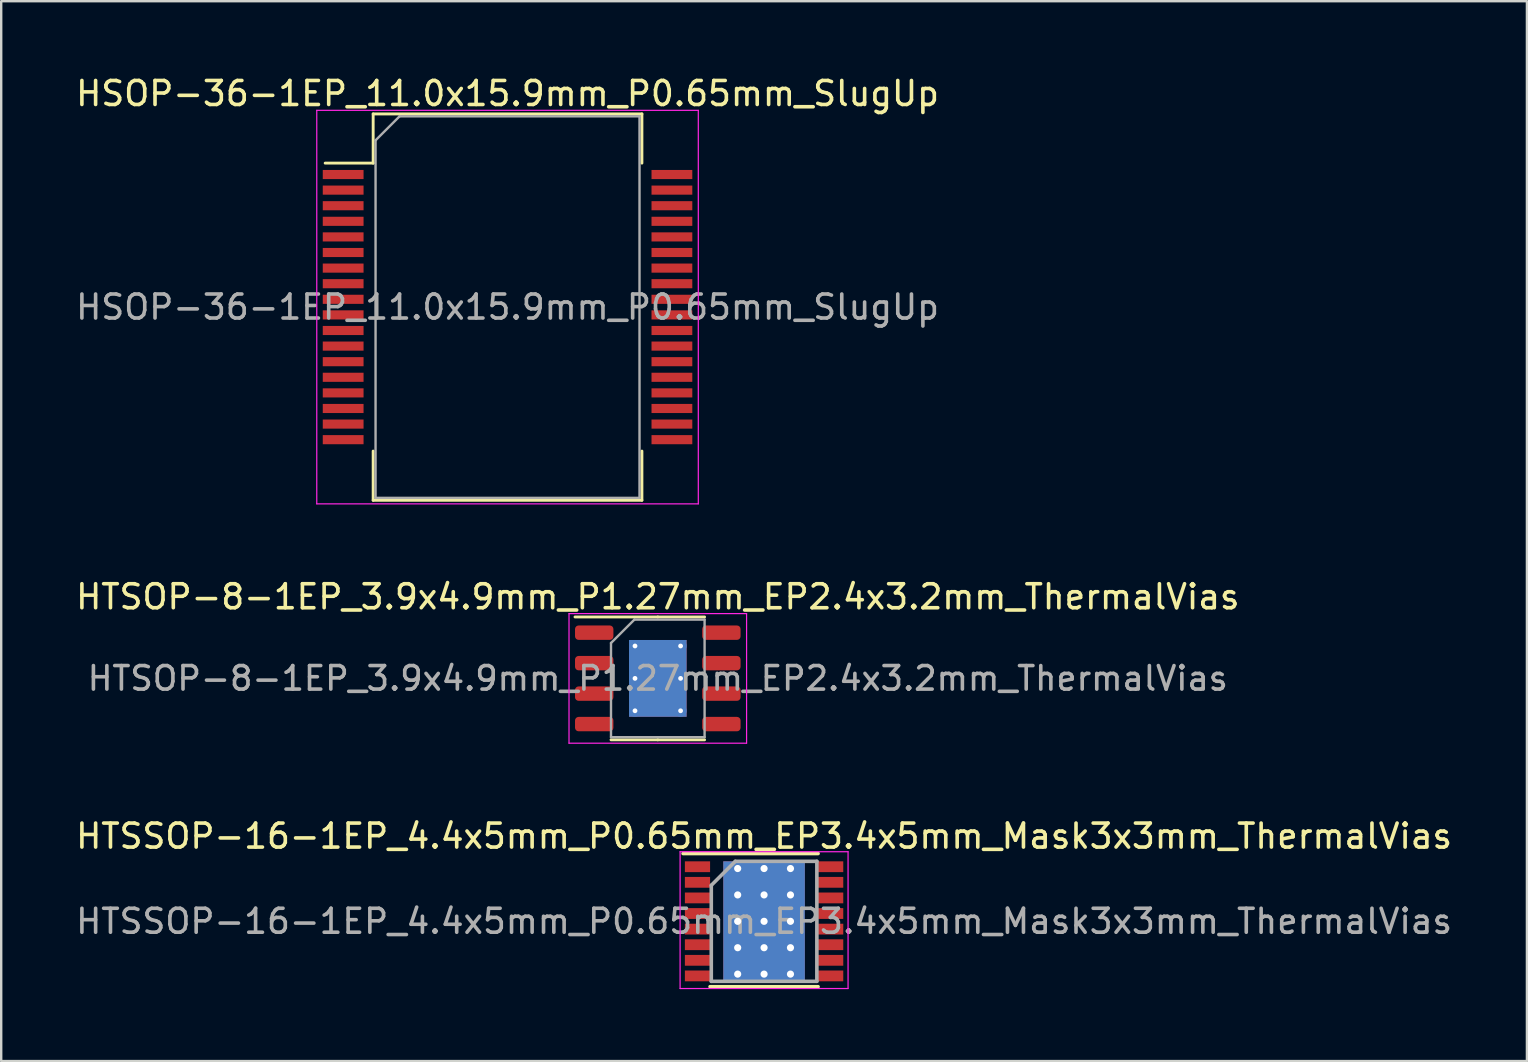
<source format=kicad_pcb>
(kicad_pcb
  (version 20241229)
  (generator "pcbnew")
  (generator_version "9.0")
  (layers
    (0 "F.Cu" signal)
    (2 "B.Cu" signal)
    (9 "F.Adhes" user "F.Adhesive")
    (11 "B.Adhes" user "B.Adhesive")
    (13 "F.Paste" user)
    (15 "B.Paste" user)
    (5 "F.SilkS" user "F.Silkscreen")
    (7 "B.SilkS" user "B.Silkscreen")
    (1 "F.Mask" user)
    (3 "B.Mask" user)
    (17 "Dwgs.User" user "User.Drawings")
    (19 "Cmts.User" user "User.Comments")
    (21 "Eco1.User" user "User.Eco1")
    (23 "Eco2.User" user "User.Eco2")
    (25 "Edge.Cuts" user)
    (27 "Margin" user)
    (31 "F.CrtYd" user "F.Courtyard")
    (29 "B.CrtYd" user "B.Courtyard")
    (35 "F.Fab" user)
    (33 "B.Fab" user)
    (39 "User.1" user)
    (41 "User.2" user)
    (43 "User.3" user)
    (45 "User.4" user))
  (footprint "HTSOP-8-1EP_3.9x4.9mm_P1.27mm_EP2.4x3.2mm_ThermalVias"
    (layer "F.Cu")
    (at 24.363 25.221)
    (property "Reference" "HTSOP-8-1EP_3.9x4.9mm_P1.27mm_EP2.4x3.2mm_ThermalVias" (at 0 -3.4 0) (layer "F.SilkS") (effects (font (size 1 1) (thickness 0.15))))
    (attr smd)
    (fp_line (start 0 -2.56) (end -3.45 -2.56) (stroke (width 0.12) (type solid)) (layer "F.SilkS"))
    (fp_line (start 0 -2.56) (end 1.95 -2.56) (stroke (width 0.12) (type solid)) (layer "F.SilkS"))
    (fp_line (start 0 2.56) (end -1.95 2.56) (stroke (width 0.12) (type solid)) (layer "F.SilkS"))
    (fp_line (start 0 2.56) (end 1.95 2.56) (stroke (width 0.12) (type solid)) (layer "F.SilkS"))
    (fp_line (start -3.7 -2.7) (end -3.7 2.7) (stroke (width 0.05) (type solid)) (layer "F.CrtYd"))
    (fp_line (start -3.7 2.7) (end 3.7 2.7) (stroke (width 0.05) (type solid)) (layer "F.CrtYd"))
    (fp_line (start 3.7 -2.7) (end -3.7 -2.7) (stroke (width 0.05) (type solid)) (layer "F.CrtYd"))
    (fp_line (start 3.7 2.7) (end 3.7 -2.7) (stroke (width 0.05) (type solid)) (layer "F.CrtYd"))
    (fp_line (start -1.95 -1.475) (end -0.975 -2.45) (stroke (width 0.1) (type solid)) (layer "F.Fab"))
    (fp_line (start -1.95 2.45) (end -1.95 -1.475) (stroke (width 0.1) (type solid)) (layer "F.Fab"))
    (fp_line (start -0.975 -2.45) (end 1.95 -2.45) (stroke (width 0.1) (type solid)) (layer "F.Fab"))
    (fp_line (start 1.95 -2.45) (end 1.95 2.45) (stroke (width 0.1) (type solid)) (layer "F.Fab"))
    (fp_line (start 1.95 2.45) (end -1.95 2.45) (stroke (width 0.1) (type solid)) (layer "F.Fab"))
    (fp_text user "${REFERENCE}" (at 0 0 0) (layer "F.Fab") (effects (font (size 0.98 0.98) (thickness 0.15))))
    (pad "" smd roundrect (at -0.6 -0.8) (size 0.97 1.29) (layers "F.Paste") (roundrect_rratio 0.25))
    (pad "" smd roundrect (at -0.6 0.8) (size 0.97 1.29) (layers "F.Paste") (roundrect_rratio 0.25))
    (pad "" smd roundrect (at 0.6 -0.8) (size 0.97 1.29) (layers "F.Paste") (roundrect_rratio 0.25))
    (pad "" smd roundrect (at 0.6 0.8) (size 0.97 1.29) (layers "F.Paste") (roundrect_rratio 0.25))
    (pad "1" smd roundrect (at -2.65 -1.905) (size 1.6 0.6) (layers "F.Cu" "F.Mask" "F.Paste") (roundrect_rratio 0.25))
    (pad "2" smd roundrect (at -2.65 -0.635) (size 1.6 0.6) (layers "F.Cu" "F.Mask" "F.Paste") (roundrect_rratio 0.25))
    (pad "3" smd roundrect (at -2.65 0.635) (size 1.6 0.6) (layers "F.Cu" "F.Mask" "F.Paste") (roundrect_rratio 0.25))
    (pad "4" smd roundrect (at -2.65 1.905) (size 1.6 0.6) (layers "F.Cu" "F.Mask" "F.Paste") (roundrect_rratio 0.25))
    (pad "5" smd roundrect (at 2.65 1.905) (size 1.6 0.6) (layers "F.Cu" "F.Mask" "F.Paste") (roundrect_rratio 0.25))
    (pad "6" smd roundrect (at 2.65 0.635) (size 1.6 0.6) (layers "F.Cu" "F.Mask" "F.Paste") (roundrect_rratio 0.25))
    (pad "7" smd roundrect (at 2.65 -0.635) (size 1.6 0.6) (layers "F.Cu" "F.Mask" "F.Paste") (roundrect_rratio 0.25))
    (pad "8" smd roundrect (at 2.65 -1.905) (size 1.6 0.6) (layers "F.Cu" "F.Mask" "F.Paste") (roundrect_rratio 0.25))
    (pad "9" thru_hole circle (at -0.95 -1.35) (size 0.5 0.5) (drill 0.2) (layers "*.Cu"))
    (pad "9" thru_hole circle (at -0.95 0) (size 0.5 0.5) (drill 0.2) (layers "*.Cu"))
    (pad "9" thru_hole circle (at -0.95 1.35) (size 0.5 0.5) (drill 0.2) (layers "*.Cu"))
    (pad "9" smd rect (at 0 0) (size 2.4 3.2) (layers "F.Cu" "F.Mask"))
    (pad "9" smd rect (at 0 0) (size 2.4 3.2) (layers "B.Cu"))
    (pad "9" thru_hole circle (at 0.95 -1.35) (size 0.5 0.5) (drill 0.2) (layers "*.Cu"))
    (pad "9" thru_hole circle (at 0.95 0) (size 0.5 0.5) (drill 0.2) (layers "*.Cu"))
    (pad "9" thru_hole circle (at 0.95 1.35) (size 0.5 0.5) (drill 0.2) (layers "*.Cu")))
  (footprint "HTSSOP-16-1EP_4.4x5mm_P0.65mm_EP3.4x5mm_Mask3x3mm_ThermalVias"
    (layer "F.Cu")
    (at 28.792 35.345)
    (property "Reference" "HTSSOP-16-1EP_4.4x5mm_P0.65mm_EP3.4x5mm_Mask3x3mm_ThermalVias" (at 0 -3.55 0) (layer "F.SilkS") (effects (font (size 1 1) (thickness 0.15))))
    (attr smd)
    (fp_line (start -3.375 -2.825) (end 2.25 -2.825) (stroke (width 0.15) (type solid)) (layer "F.SilkS"))
    (fp_line (start -2.25 2.725) (end 2.25 2.725) (stroke (width 0.15) (type solid)) (layer "F.SilkS"))
    (fp_line (start -3.5 -2.9) (end -3.5 2.8) (stroke (width 0.05) (type solid)) (layer "F.CrtYd"))
    (fp_line (start -3.5 -2.9) (end 3.5 -2.9) (stroke (width 0.05) (type solid)) (layer "F.CrtYd"))
    (fp_line (start -3.5 2.8) (end 3.5 2.8) (stroke (width 0.05) (type solid)) (layer "F.CrtYd"))
    (fp_line (start 3.5 -2.9) (end 3.5 2.8) (stroke (width 0.05) (type solid)) (layer "F.CrtYd"))
    (fp_line (start -2.2 -1.5) (end -1.2 -2.5) (stroke (width 0.15) (type solid)) (layer "F.Fab"))
    (fp_line (start -2.2 2.5) (end -2.2 -1.5) (stroke (width 0.15) (type solid)) (layer "F.Fab"))
    (fp_line (start -1.2 -2.5) (end 2.2 -2.5) (stroke (width 0.15) (type solid)) (layer "F.Fab"))
    (fp_line (start 2.2 -2.5) (end 2.2 2.5) (stroke (width 0.15) (type solid)) (layer "F.Fab"))
    (fp_line (start 2.2 2.5) (end -2.2 2.5) (stroke (width 0.15) (type solid)) (layer "F.Fab"))
    (fp_text user "${REFERENCE}" (at 0 0 0) (layer "F.Fab") (effects (font (size 1 1) (thickness 0.15))))
    (pad "" smd rect (at -1.325 -0.55 90) (size 0.8 0.25) (layers "F.Paste"))
    (pad "" smd rect (at -1.325 0.55 90) (size 0.8 0.25) (layers "F.Paste"))
    (pad "" smd rect (at -0.55 -1.325) (size 0.8 0.25) (layers "F.Paste"))
    (pad "" smd rect (at -0.55 -0.55) (size 0.85 0.8) (layers "F.Paste"))
    (pad "" smd rect (at -0.55 0.55) (size 0.85 0.85) (layers "F.Paste"))
    (pad "" smd rect (at -0.55 1.325) (size 0.8 0.25) (layers "F.Paste"))
    (pad "" smd rect (at 0 0) (size 3 3) (layers "F.Mask"))
    (pad "" smd rect (at 0.55 -1.325) (size 0.8 0.25) (layers "F.Paste"))
    (pad "" smd rect (at 0.55 -0.55) (size 0.85 0.85) (layers "F.Paste"))
    (pad "" smd rect (at 0.55 0.55) (size 0.85 0.85) (layers "F.Paste"))
    (pad "" smd rect (at 0.55 1.325) (size 0.8 0.25) (layers "F.Paste"))
    (pad "" smd rect (at 1.325 -0.55 90) (size 0.8 0.25) (layers "F.Paste"))
    (pad "" smd rect (at 1.325 0.55 90) (size 0.8 0.25) (layers "F.Paste"))
    (pad "1" smd rect (at -2.775 -2.275) (size 1.05 0.45) (layers "F.Cu" "F.Mask" "F.Paste"))
    (pad "2" smd rect (at -2.775 -1.625) (size 1.05 0.45) (layers "F.Cu" "F.Mask" "F.Paste"))
    (pad "3" smd rect (at -2.775 -0.975) (size 1.05 0.45) (layers "F.Cu" "F.Mask" "F.Paste"))
    (pad "4" smd rect (at -2.775 -0.325) (size 1.05 0.45) (layers "F.Cu" "F.Mask" "F.Paste"))
    (pad "5" smd rect (at -2.775 0.325) (size 1.05 0.45) (layers "F.Cu" "F.Mask" "F.Paste"))
    (pad "6" smd rect (at -2.775 0.975) (size 1.05 0.45) (layers "F.Cu" "F.Mask" "F.Paste"))
    (pad "7" smd rect (at -2.775 1.625) (size 1.05 0.45) (layers "F.Cu" "F.Mask" "F.Paste"))
    (pad "8" smd rect (at -2.775 2.275) (size 1.05 0.45) (layers "F.Cu" "F.Mask" "F.Paste"))
    (pad "9" smd rect (at 2.775 2.275) (size 1.05 0.45) (layers "F.Cu" "F.Mask" "F.Paste"))
    (pad "10" smd rect (at 2.775 1.625) (size 1.05 0.45) (layers "F.Cu" "F.Mask" "F.Paste"))
    (pad "11" smd rect (at 2.775 0.975) (size 1.05 0.45) (layers "F.Cu" "F.Mask" "F.Paste"))
    (pad "12" smd rect (at 2.775 0.325) (size 1.05 0.45) (layers "F.Cu" "F.Mask" "F.Paste"))
    (pad "13" smd rect (at 2.775 -0.325) (size 1.05 0.45) (layers "F.Cu" "F.Mask" "F.Paste"))
    (pad "14" smd rect (at 2.775 -0.975) (size 1.05 0.45) (layers "F.Cu" "F.Mask" "F.Paste"))
    (pad "15" smd rect (at 2.775 -1.625) (size 1.05 0.45) (layers "F.Cu" "F.Mask" "F.Paste"))
    (pad "16" smd rect (at 2.775 -2.275) (size 1.05 0.45) (layers "F.Cu" "F.Mask" "F.Paste"))
    (pad "17" thru_hole circle (at -1.1 -2.2) (size 0.6 0.6) (drill 0.3) (layers "*.Cu"))
    (pad "17" thru_hole circle (at -1.1 -1.1) (size 0.6 0.6) (drill 0.3) (layers "*.Cu"))
    (pad "17" thru_hole circle (at -1.1 0) (size 0.6 0.6) (drill 0.3) (layers "*.Cu"))
    (pad "17" thru_hole circle (at -1.1 1.1) (size 0.6 0.6) (drill 0.3) (layers "*.Cu"))
    (pad "17" thru_hole circle (at -1.1 2.2) (size 0.6 0.6) (drill 0.3) (layers "*.Cu"))
    (pad "17" thru_hole circle (at 0 -2.2) (size 0.6 0.6) (drill 0.3) (layers "*.Cu"))
    (pad "17" thru_hole circle (at 0 -1.1) (size 0.6 0.6) (drill 0.3) (layers "*.Cu"))
    (pad "17" thru_hole circle (at 0 0) (size 0.6 0.6) (drill 0.3) (layers "*.Cu"))
    (pad "17" smd rect (at 0 0) (size 3.4 5) (layers "F.Cu"))
    (pad "17" smd rect (at 0 0) (size 3.4 5) (layers "B.Cu"))
    (pad "17" thru_hole circle (at 0 1.1) (size 0.6 0.6) (drill 0.3) (layers "*.Cu"))
    (pad "17" thru_hole circle (at 0 2.2) (size 0.6 0.6) (drill 0.3) (layers "*.Cu"))
    (pad "17" thru_hole circle (at 1.1 -2.2) (size 0.6 0.6) (drill 0.3) (layers "*.Cu"))
    (pad "17" thru_hole circle (at 1.1 -1.1) (size 0.6 0.6) (drill 0.3) (layers "*.Cu"))
    (pad "17" thru_hole circle (at 1.1 0) (size 0.6 0.6) (drill 0.3) (layers "*.Cu"))
    (pad "17" thru_hole circle (at 1.1 1.1) (size 0.6 0.6) (drill 0.3) (layers "*.Cu"))
    (pad "17" thru_hole circle (at 1.1 2.2) (size 0.6 0.6) (drill 0.3) (layers "*.Cu")))
  (footprint "HSOP-36-1EP_11.0x15.9mm_P0.65mm_SlugUp"
    (layer "F.Cu")
    (at 18.101 9.748)
    (property "Reference" "HSOP-36-1EP_11.0x15.9mm_P0.65mm_SlugUp" (at 0 -8.9 0) (layer "F.SilkS") (effects (font (size 1 1) (thickness 0.15))))
    (attr smd)
    (fp_line (start -5.6 -8.05) (end -5.6 -6) (stroke (width 0.12) (type solid)) (layer "F.SilkS"))
    (fp_line (start -5.6 -6) (end -7.6 -6) (stroke (width 0.12) (type solid)) (layer "F.SilkS"))
    (fp_line (start -5.6 8.05) (end -5.6 6) (stroke (width 0.12) (type solid)) (layer "F.SilkS"))
    (fp_line (start 5.6 -8.05) (end -5.6 -8.05) (stroke (width 0.12) (type solid)) (layer "F.SilkS"))
    (fp_line (start 5.6 -8.05) (end 5.6 -6) (stroke (width 0.12) (type solid)) (layer "F.SilkS"))
    (fp_line (start 5.6 8.05) (end -5.6 8.05) (stroke (width 0.12) (type solid)) (layer "F.SilkS"))
    (fp_line (start 5.6 8.05) (end 5.6 6) (stroke (width 0.12) (type solid)) (layer "F.SilkS"))
    (fp_line (start -7.95 -8.2) (end -7.95 8.2) (stroke (width 0.05) (type solid)) (layer "F.CrtYd"))
    (fp_line (start -7.95 -8.2) (end 7.95 -8.2) (stroke (width 0.05) (type solid)) (layer "F.CrtYd"))
    (fp_line (start 7.95 8.2) (end -7.95 8.2) (stroke (width 0.05) (type solid)) (layer "F.CrtYd"))
    (fp_line (start 7.95 8.2) (end 7.95 -8.2) (stroke (width 0.05) (type solid)) (layer "F.CrtYd"))
    (fp_line (start -5.5 -6.95) (end -5.5 7.95) (stroke (width 0.1) (type solid)) (layer "F.Fab"))
    (fp_line (start -5.5 7.95) (end 5.5 7.95) (stroke (width 0.1) (type solid)) (layer "F.Fab"))
    (fp_line (start -4.5 -7.95) (end -5.5 -6.95) (stroke (width 0.1) (type solid)) (layer "F.Fab"))
    (fp_line (start 5.5 -7.95) (end -4.5 -7.95) (stroke (width 0.1) (type solid)) (layer "F.Fab"))
    (fp_line (start 5.5 7.95) (end 5.5 -7.95) (stroke (width 0.1) (type solid)) (layer "F.Fab"))
    (fp_text user "${REFERENCE}" (at 0 0 0) (layer "F.Fab") (effects (font (size 1 1) (thickness 0.15))))
    (pad "1" smd rect (at -6.85 -5.525) (size 1.7 0.38) (layers "F.Cu" "F.Mask" "F.Paste"))
    (pad "2" smd rect (at -6.85 -4.875) (size 1.7 0.38) (layers "F.Cu" "F.Mask" "F.Paste"))
    (pad "3" smd rect (at -6.85 -4.225) (size 1.7 0.38) (layers "F.Cu" "F.Mask" "F.Paste"))
    (pad "4" smd rect (at -6.85 -3.575) (size 1.7 0.38) (layers "F.Cu" "F.Mask" "F.Paste"))
    (pad "5" smd rect (at -6.85 -2.925) (size 1.7 0.38) (layers "F.Cu" "F.Mask" "F.Paste"))
    (pad "6" smd rect (at -6.85 -2.275) (size 1.7 0.38) (layers "F.Cu" "F.Mask" "F.Paste"))
    (pad "7" smd rect (at -6.85 -1.625) (size 1.7 0.38) (layers "F.Cu" "F.Mask" "F.Paste"))
    (pad "8" smd rect (at -6.85 -0.975) (size 1.7 0.38) (layers "F.Cu" "F.Mask" "F.Paste"))
    (pad "9" smd rect (at -6.85 -0.325) (size 1.7 0.38) (layers "F.Cu" "F.Mask" "F.Paste"))
    (pad "10" smd rect (at -6.85 0.325) (size 1.7 0.38) (layers "F.Cu" "F.Mask" "F.Paste"))
    (pad "11" smd rect (at -6.85 0.975) (size 1.7 0.38) (layers "F.Cu" "F.Mask" "F.Paste"))
    (pad "12" smd rect (at -6.85 1.625) (size 1.7 0.38) (layers "F.Cu" "F.Mask" "F.Paste"))
    (pad "13" smd rect (at -6.85 2.275) (size 1.7 0.38) (layers "F.Cu" "F.Mask" "F.Paste"))
    (pad "14" smd rect (at -6.85 2.925) (size 1.7 0.38) (layers "F.Cu" "F.Mask" "F.Paste"))
    (pad "15" smd rect (at -6.85 3.575) (size 1.7 0.38) (layers "F.Cu" "F.Mask" "F.Paste"))
    (pad "16" smd rect (at -6.85 4.225) (size 1.7 0.38) (layers "F.Cu" "F.Mask" "F.Paste"))
    (pad "17" smd rect (at -6.85 4.875) (size 1.7 0.38) (layers "F.Cu" "F.Mask" "F.Paste"))
    (pad "18" smd rect (at -6.85 5.525) (size 1.7 0.38) (layers "F.Cu" "F.Mask" "F.Paste"))
    (pad "19" smd rect (at 6.85 5.525) (size 1.7 0.38) (layers "F.Cu" "F.Mask" "F.Paste"))
    (pad "20" smd rect (at 6.85 4.875) (size 1.7 0.38) (layers "F.Cu" "F.Mask" "F.Paste"))
    (pad "21" smd rect (at 6.85 4.225) (size 1.7 0.38) (layers "F.Cu" "F.Mask" "F.Paste"))
    (pad "22" smd rect (at 6.85 3.575) (size 1.7 0.38) (layers "F.Cu" "F.Mask" "F.Paste"))
    (pad "23" smd rect (at 6.85 2.925) (size 1.7 0.38) (layers "F.Cu" "F.Mask" "F.Paste"))
    (pad "24" smd rect (at 6.85 2.275) (size 1.7 0.38) (layers "F.Cu" "F.Mask" "F.Paste"))
    (pad "25" smd rect (at 6.85 1.625) (size 1.7 0.38) (layers "F.Cu" "F.Mask" "F.Paste"))
    (pad "26" smd rect (at 6.85 0.975) (size 1.7 0.38) (layers "F.Cu" "F.Mask" "F.Paste"))
    (pad "27" smd rect (at 6.85 0.325) (size 1.7 0.38) (layers "F.Cu" "F.Mask" "F.Paste"))
    (pad "28" smd rect (at 6.85 -0.325) (size 1.7 0.38) (layers "F.Cu" "F.Mask" "F.Paste"))
    (pad "29" smd rect (at 6.85 -0.975) (size 1.7 0.38) (layers "F.Cu" "F.Mask" "F.Paste"))
    (pad "30" smd rect (at 6.85 -1.625) (size 1.7 0.38) (layers "F.Cu" "F.Mask" "F.Paste"))
    (pad "31" smd rect (at 6.85 -2.275) (size 1.7 0.38) (layers "F.Cu" "F.Mask" "F.Paste"))
    (pad "32" smd rect (at 6.85 -2.925) (size 1.7 0.38) (layers "F.Cu" "F.Mask" "F.Paste"))
    (pad "33" smd rect (at 6.85 -3.575) (size 1.7 0.38) (layers "F.Cu" "F.Mask" "F.Paste"))
    (pad "34" smd rect (at 6.85 -4.225) (size 1.7 0.38) (layers "F.Cu" "F.Mask" "F.Paste"))
    (pad "35" smd rect (at 6.85 -4.875) (size 1.7 0.38) (layers "F.Cu" "F.Mask" "F.Paste"))
    (pad "36" smd rect (at 6.85 -5.525) (size 1.7 0.38) (layers "F.Cu" "F.Mask" "F.Paste")))
  (gr_rect
    (start -3 -3)
    (end 60.583 41.17)
    (stroke (width 0.1) (type default))
    (fill no)
    (layer "Edge.Cuts")))
</source>
